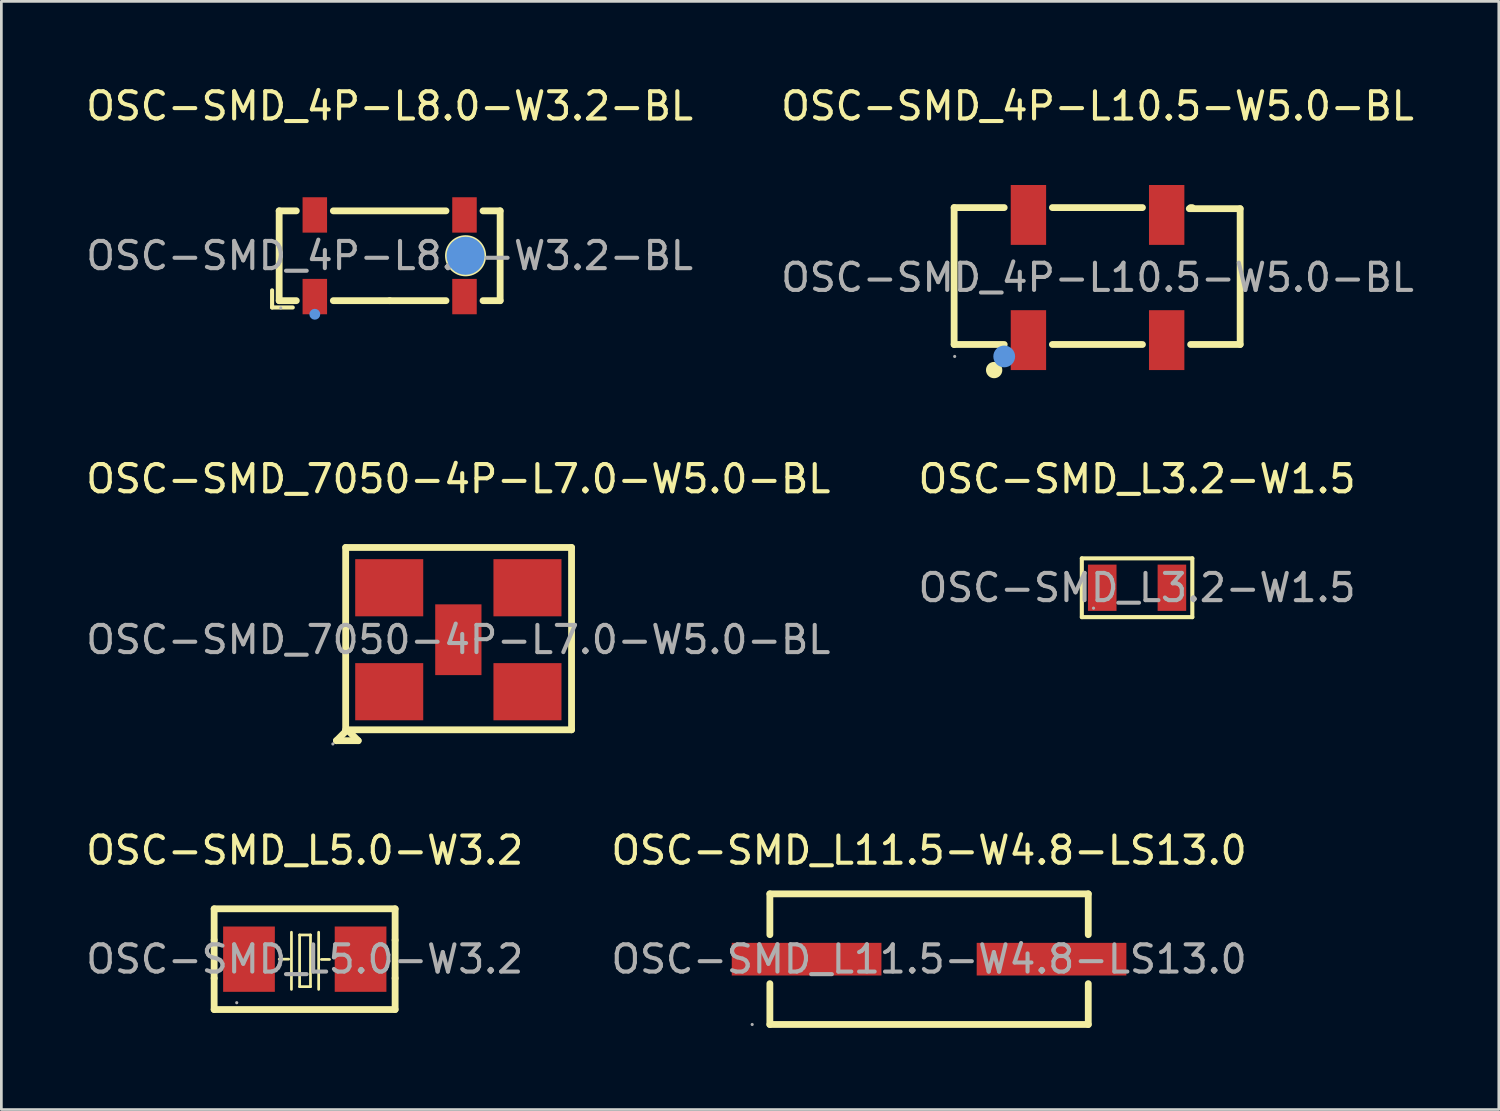
<source format=kicad_pcb>
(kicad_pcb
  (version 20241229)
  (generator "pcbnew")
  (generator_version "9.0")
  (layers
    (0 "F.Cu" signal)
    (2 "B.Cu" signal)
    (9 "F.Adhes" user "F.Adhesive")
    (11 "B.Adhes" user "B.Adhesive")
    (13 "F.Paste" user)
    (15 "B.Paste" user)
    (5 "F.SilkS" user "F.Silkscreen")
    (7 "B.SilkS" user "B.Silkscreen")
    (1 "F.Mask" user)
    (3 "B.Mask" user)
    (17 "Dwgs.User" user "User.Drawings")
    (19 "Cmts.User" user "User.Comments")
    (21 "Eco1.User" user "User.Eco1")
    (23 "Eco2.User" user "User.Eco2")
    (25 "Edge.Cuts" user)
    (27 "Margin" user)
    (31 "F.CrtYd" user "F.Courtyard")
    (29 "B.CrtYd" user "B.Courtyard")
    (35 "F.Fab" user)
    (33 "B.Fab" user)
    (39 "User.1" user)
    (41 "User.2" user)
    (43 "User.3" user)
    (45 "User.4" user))
  (footprint "OSC-SMD_4P-L8.0-W3.2-BL"
    (layer "F.Cu")
    (at 11.268 6.348)
    (property "Reference" "OSC-SMD_4P-L8.0-W3.2-BL" (at 0 -5.5 0) (layer "F.SilkS") (effects (font (size 1 1) (thickness 0.15))))
    (attr through_hole)
    (fp_line (start -4.32 1.27) (end -4.32 1.9) (stroke (width 0.15) (type solid)) (layer "F.SilkS"))
    (fp_line (start -4.32 1.9) (end -3.56 1.9) (stroke (width 0.15) (type solid)) (layer "F.SilkS"))
    (fp_line (start -4.06 -1.65) (end -3.43 -1.65) (stroke (width 0.25) (type solid)) (layer "F.SilkS"))
    (fp_line (start -4.06 1.65) (end -4.06 -1.65) (stroke (width 0.25) (type solid)) (layer "F.SilkS"))
    (fp_line (start -3.43 1.65) (end -4.06 1.65) (stroke (width 0.25) (type solid)) (layer "F.SilkS"))
    (fp_line (start -2.07 -1.65) (end 2.07 -1.65) (stroke (width 0.25) (type solid)) (layer "F.SilkS"))
    (fp_line (start 0 1.65) (end -2.07 1.65) (stroke (width 0.25) (type solid)) (layer "F.SilkS"))
    (fp_line (start 2.07 1.65) (end 0 1.65) (stroke (width 0.25) (type solid)) (layer "F.SilkS"))
    (fp_line (start 3.43 -1.65) (end 4.06 -1.65) (stroke (width 0.25) (type solid)) (layer "F.SilkS"))
    (fp_line (start 4.06 -1.65) (end 4.06 1.65) (stroke (width 0.25) (type solid)) (layer "F.SilkS"))
    (fp_line (start 4.06 1.65) (end 3.43 1.65) (stroke (width 0.25) (type solid)) (layer "F.SilkS"))
    (fp_circle (center 2.79 0) (end 3.42 0) (stroke (width 0.25) (type solid)) (fill no) (layer "F.SilkS"))
    (fp_circle (center -2.75 2.15) (end -2.65 2.15) (stroke (width 0.2) (type solid)) (fill no) (layer "Cmts.User"))
    (fp_circle (center 2.79 0) (end 3.14 0) (stroke (width 0.7) (type solid)) (fill no) (layer "Cmts.User"))
    (fp_circle (center -4 1.92) (end -3.97 1.92) (stroke (width 0.06) (type solid)) (fill no) (layer "F.Fab"))
    (fp_text user "${REFERENCE}" (at 0 0 0) (layer "F.Fab") (effects (font (size 1 1) (thickness 0.15))))
    (pad "1" smd rect (at -2.75 1.5) (size 0.9 1.3) (layers "F.Cu" "F.Mask" "F.Paste"))
    (pad "2" smd rect (at 2.75 1.5) (size 0.9 1.3) (layers "F.Cu" "F.Mask" "F.Paste"))
    (pad "3" smd rect (at 2.75 -1.5) (size 0.9 1.3) (layers "F.Cu" "F.Mask" "F.Paste"))
    (pad "4" smd rect (at -2.75 -1.5) (size 0.9 1.3) (layers "F.Cu" "F.Mask" "F.Paste")))
  (footprint "OSC-SMD_L11.5-W4.8-LS13.0"
    (layer "F.Cu")
    (at 31.089 32.195)
    (property "Reference" "OSC-SMD_L11.5-W4.8-LS13.0" (at 0 -4 0) (layer "F.SilkS") (effects (font (size 1 1) (thickness 0.15))))
    (attr through_hole)
    (fp_line (start -5.85 -2.4) (end -5.85 -0.9) (stroke (width 0.25) (type solid)) (layer "F.SilkS"))
    (fp_line (start -5.85 -2.4) (end 5.85 -2.4) (stroke (width 0.25) (type solid)) (layer "F.SilkS"))
    (fp_line (start -5.85 0.9) (end -5.85 2.4) (stroke (width 0.25) (type solid)) (layer "F.SilkS"))
    (fp_line (start -5.85 2.4) (end 5.85 2.4) (stroke (width 0.25) (type solid)) (layer "F.SilkS"))
    (fp_line (start 5.85 -2.4) (end 5.85 -0.9) (stroke (width 0.25) (type solid)) (layer "F.SilkS"))
    (fp_line (start 5.85 0.9) (end 5.85 2.4) (stroke (width 0.25) (type solid)) (layer "F.SilkS"))
    (fp_circle (center -6.5 2.4) (end -6.47 2.4) (stroke (width 0.06) (type solid)) (fill no) (layer "F.Fab"))
    (fp_text user "${REFERENCE}" (at 0 0 0) (layer "F.Fab") (effects (font (size 1 1) (thickness 0.15))))
    (pad "1" smd rect (at -4.5 0) (size 5.5 1.2) (layers "F.Cu" "F.Mask" "F.Paste"))
    (pad "2" smd rect (at 4.5 0) (size 5.5 1.2) (layers "F.Cu" "F.Mask" "F.Paste")))
  (footprint "OSC-SMD_4P-L10.5-W5.0-BL"
    (layer "F.Cu")
    (at 37.28 7.148)
    (property "Reference" "OSC-SMD_4P-L10.5-W5.0-BL" (at 0 -6.3 0) (layer "F.SilkS") (effects (font (size 1 1) (thickness 0.15))))
    (attr through_hole)
    (fp_line (start -5.27 -2.57) (end -3.43 -2.57) (stroke (width 0.25) (type solid)) (layer "F.SilkS"))
    (fp_line (start -5.27 2.46) (end -5.27 -2.57) (stroke (width 0.25) (type solid)) (layer "F.SilkS"))
    (fp_line (start -3.43 2.46) (end -5.27 2.46) (stroke (width 0.25) (type solid)) (layer "F.SilkS"))
    (fp_line (start -1.66 -2.57) (end 1.65 -2.57) (stroke (width 0.25) (type solid)) (layer "F.SilkS"))
    (fp_line (start 1.65 2.46) (end -1.66 2.46) (stroke (width 0.25) (type solid)) (layer "F.SilkS"))
    (fp_line (start 3.37 -2.53) (end 5.24 -2.53) (stroke (width 0.25) (type solid)) (layer "F.SilkS"))
    (fp_line (start 3.42 -2.57) (end 3.48 -2.57) (stroke (width 0.25) (type solid)) (layer "F.SilkS"))
    (fp_line (start 5.24 -2.53) (end 5.24 2.46) (stroke (width 0.25) (type solid)) (layer "F.SilkS"))
    (fp_line (start 5.24 2.46) (end 3.42 2.46) (stroke (width 0.25) (type solid)) (layer "F.SilkS"))
    (fp_arc (start -3.8 3.4) (mid -3.8 3.4) (end -3.8 3.4) (stroke (width 0.3) (type solid)) (layer "F.SilkS"))
    (fp_circle (center -3.43 2.9) (end -3.23 2.9) (stroke (width 0.4) (type solid)) (fill no) (layer "Cmts.User"))
    (fp_circle (center -5.25 2.9) (end -5.22 2.9) (stroke (width 0.06) (type solid)) (fill no) (layer "F.Fab"))
    (fp_text user "${REFERENCE}" (at 0 0 0) (layer "F.Fab") (effects (font (size 1 1) (thickness 0.15))))
    (pad "1" smd rect (at -2.54 2.3) (size 1.3 2.2) (layers "F.Cu" "F.Mask" "F.Paste"))
    (pad "2" smd rect (at 2.54 2.3) (size 1.3 2.2) (layers "F.Cu" "F.Mask" "F.Paste"))
    (pad "3" smd rect (at 2.54 -2.3) (size 1.3 2.2) (layers "F.Cu" "F.Mask" "F.Paste"))
    (pad "4" smd rect (at -2.54 -2.3) (size 1.3 2.2) (layers "F.Cu" "F.Mask" "F.Paste")))
  (footprint "OSC-SMD_L3.2-W1.5"
    (layer "F.Cu")
    (at 38.732 18.547)
    (property "Reference" "OSC-SMD_L3.2-W1.5" (at 0 -4 0) (layer "F.SilkS") (effects (font (size 1 1) (thickness 0.15))))
    (attr through_hole)
    (fp_line (start -2.03 -1.08) (end 2.03 -1.08) (stroke (width 0.15) (type solid)) (layer "F.SilkS"))
    (fp_line (start -2.03 1.08) (end -2.03 -1.08) (stroke (width 0.15) (type solid)) (layer "F.SilkS"))
    (fp_line (start 2.03 -1.08) (end 2.03 1.08) (stroke (width 0.15) (type solid)) (layer "F.SilkS"))
    (fp_line (start 2.03 1.08) (end -2.03 1.08) (stroke (width 0.15) (type solid)) (layer "F.SilkS"))
    (fp_circle (center -1.6 0.75) (end -1.57 0.75) (stroke (width 0.06) (type solid)) (fill no) (layer "F.Fab"))
    (fp_text user "${REFERENCE}" (at 0 0 0) (layer "F.Fab") (effects (font (size 1 1) (thickness 0.15))))
    (pad "1" smd rect (at -1.28 0) (size 1.05 1.7) (layers "F.Cu" "F.Mask" "F.Paste"))
    (pad "2" smd rect (at 1.28 0) (size 1.05 1.7) (layers "F.Cu" "F.Mask" "F.Paste")))
  (footprint "OSC-SMD_L5.0-W3.2"
    (layer "F.Cu")
    (at 8.149 32.195)
    (property "Reference" "OSC-SMD_L5.0-W3.2" (at 0 -4 0) (layer "F.SilkS") (effects (font (size 1 1) (thickness 0.15))))
    (attr through_hole)
    (fp_line (start -3.33 -1.85) (end 3.32 -1.85) (stroke (width 0.25) (type solid)) (layer "F.SilkS"))
    (fp_line (start -3.33 -0.7) (end -3.33 -1.85) (stroke (width 0.25) (type solid)) (layer "F.SilkS"))
    (fp_line (start -3.33 0.7) (end -3.33 -0.7) (stroke (width 0.25) (type solid)) (layer "F.SilkS"))
    (fp_line (start -3.33 1.85) (end -3.33 0.7) (stroke (width 0.25) (type solid)) (layer "F.SilkS"))
    (fp_line (start -0.94 0) (end -0.59 0) (stroke (width 0.1) (type solid)) (layer "F.SilkS"))
    (fp_line (start -0.49 -0.99) (end -0.49 1.11) (stroke (width 0.1) (type solid)) (layer "F.SilkS"))
    (fp_line (start -0.19 -0.89) (end -0.19 1.01) (stroke (width 0.1) (type solid)) (layer "F.SilkS"))
    (fp_line (start -0.19 1.01) (end 0.21 1.01) (stroke (width 0.1) (type solid)) (layer "F.SilkS"))
    (fp_line (start 0.21 -0.89) (end -0.19 -0.89) (stroke (width 0.1) (type solid)) (layer "F.SilkS"))
    (fp_line (start 0.21 1.01) (end 0.21 -0.89) (stroke (width 0.1) (type solid)) (layer "F.SilkS"))
    (fp_line (start 0.51 -0.99) (end 0.51 1.11) (stroke (width 0.1) (type solid)) (layer "F.SilkS"))
    (fp_line (start 0.61 0.01) (end 0.91 0.01) (stroke (width 0.1) (type solid)) (layer "F.SilkS"))
    (fp_line (start 3.32 -1.85) (end 3.32 -0.7) (stroke (width 0.25) (type solid)) (layer "F.SilkS"))
    (fp_line (start 3.32 -0.7) (end 3.32 0.7) (stroke (width 0.25) (type solid)) (layer "F.SilkS"))
    (fp_line (start 3.32 0.7) (end 3.32 1.85) (stroke (width 0.25) (type solid)) (layer "F.SilkS"))
    (fp_line (start 3.32 1.85) (end -3.33 1.85) (stroke (width 0.25) (type solid)) (layer "F.SilkS"))
    (fp_circle (center -2.5 1.6) (end -2.47 1.6) (stroke (width 0.06) (type solid)) (fill no) (layer "F.Fab"))
    (fp_text user "${REFERENCE}" (at 0 0 0) (layer "F.Fab") (effects (font (size 1 1) (thickness 0.15))))
    (pad "1" smd rect (at -2.05 0) (size 1.9 2.4) (layers "F.Cu" "F.Mask" "F.Paste"))
    (pad "2" smd rect (at 2.05 0) (size 1.9 2.4) (layers "F.Cu" "F.Mask" "F.Paste")))
  (footprint "OSC-SMD_7050-4P-L7.0-W5.0-BL"
    (layer "F.Cu")
    (at 13.792 20.457)
    (property "Reference" "OSC-SMD_7050-4P-L7.0-W5.0-BL" (at 0 -5.91 0) (layer "F.SilkS") (effects (font (size 1 1) (thickness 0.15))))
    (attr through_hole)
    (fp_line (start -4.48 3.71) (end -3.68 3.71) (stroke (width 0.25) (type solid)) (layer "F.SilkS"))
    (fp_line (start -4.14 -3.39) (end 4.16 -3.39) (stroke (width 0.25) (type solid)) (layer "F.SilkS"))
    (fp_line (start -4.14 3.31) (end -4.14 -3.39) (stroke (width 0.25) (type solid)) (layer "F.SilkS"))
    (fp_line (start -4.08 3.31) (end -4.48 3.71) (stroke (width 0.25) (type solid)) (layer "F.SilkS"))
    (fp_line (start -3.68 3.71) (end -4.08 3.31) (stroke (width 0.25) (type solid)) (layer "F.SilkS"))
    (fp_line (start 4.16 -3.39) (end 4.16 3.31) (stroke (width 0.25) (type solid)) (layer "F.SilkS"))
    (fp_line (start 4.16 3.31) (end -4.14 3.31) (stroke (width 0.25) (type solid)) (layer "F.SilkS"))
    (fp_circle (center -4.61 3.83) (end -4.58 3.83) (stroke (width 0.06) (type solid)) (fill no) (layer "F.Fab"))
    (fp_text user "${REFERENCE}" (at 0 0 0) (layer "F.Fab") (effects (font (size 1 1) (thickness 0.15))))
    (pad "1" smd rect (at -2.54 1.91) (size 2.5 2.1) (layers "F.Cu" "F.Mask" "F.Paste"))
    (pad "2" smd rect (at 2.54 1.91) (size 2.5 2.1) (layers "F.Cu" "F.Mask" "F.Paste"))
    (pad "3" smd rect (at 2.54 -1.91) (size 2.5 2.1) (layers "F.Cu" "F.Mask" "F.Paste"))
    (pad "4" smd rect (at -2.54 -1.91) (size 2.5 2.1) (layers "F.Cu" "F.Mask" "F.Paste"))
    (pad "5" smd rect (at 0 0 90) (size 2.6 1.7) (layers "F.Cu" "F.Mask" "F.Paste")))
  (gr_rect
    (start -3 -3)
    (end 52.024 37.72)
    (stroke (width 0.1) (type default))
    (fill no)
    (layer "Edge.Cuts")))
</source>
